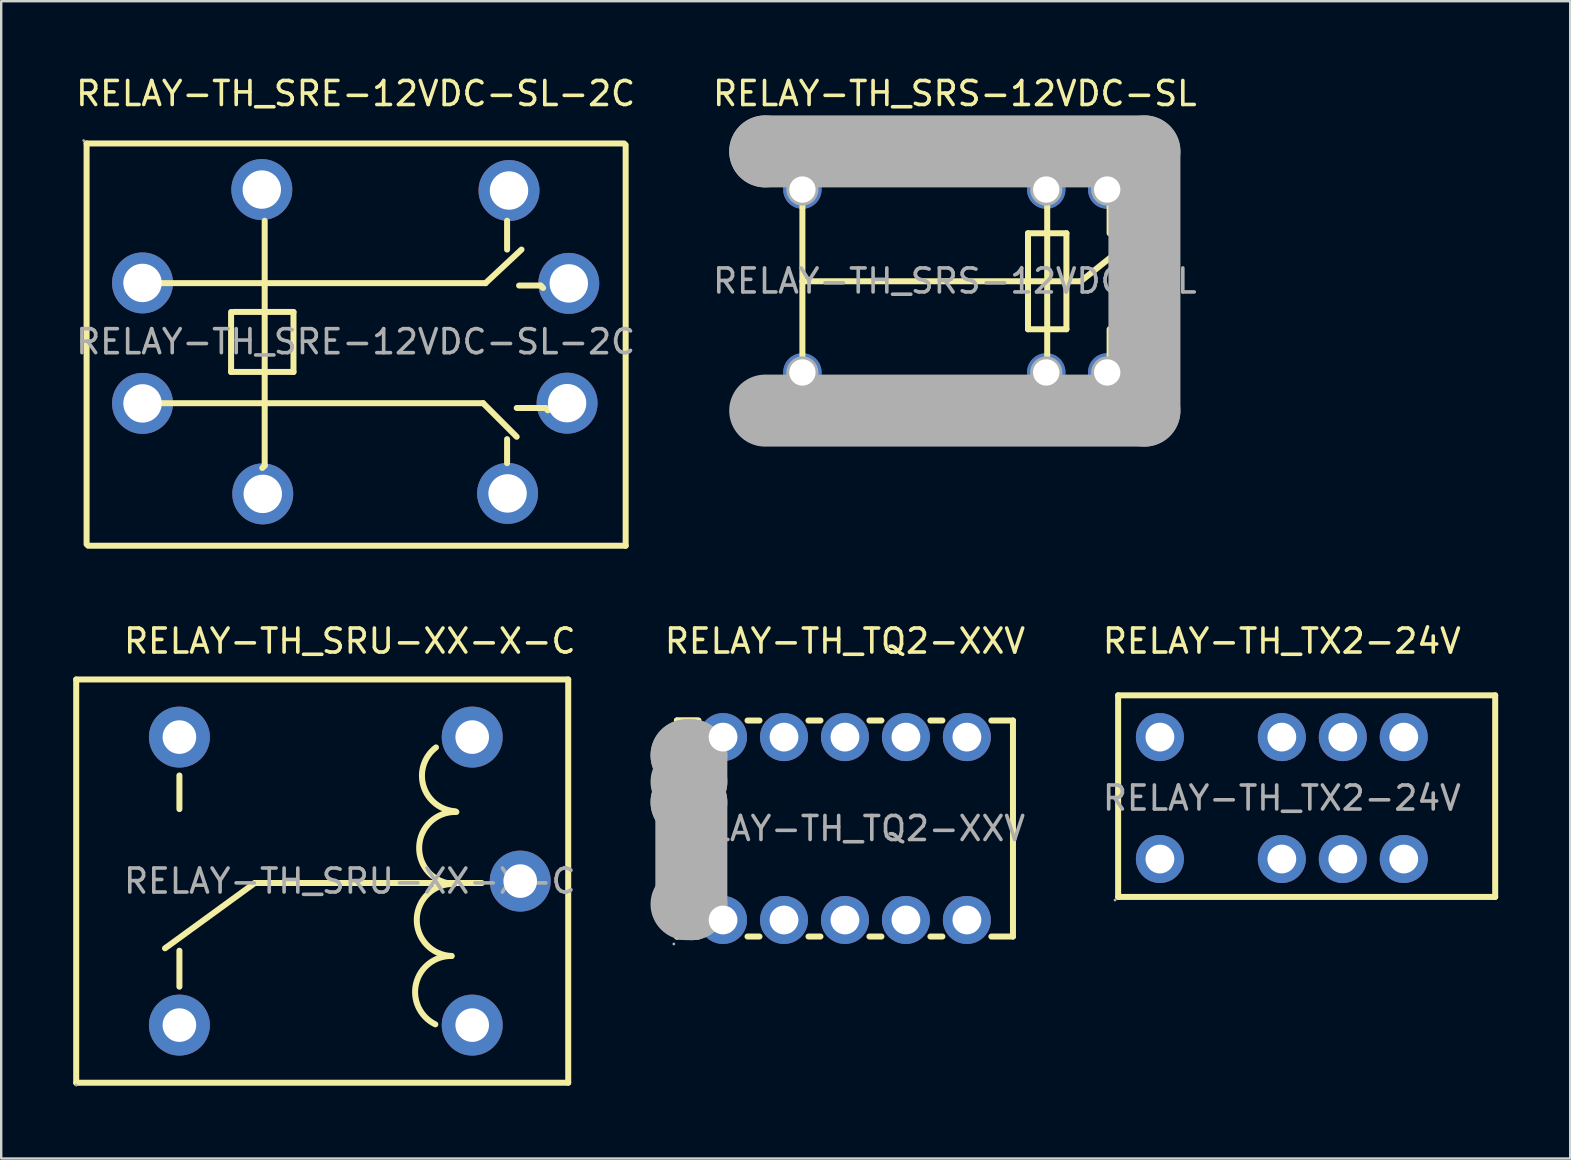
<source format=kicad_pcb>
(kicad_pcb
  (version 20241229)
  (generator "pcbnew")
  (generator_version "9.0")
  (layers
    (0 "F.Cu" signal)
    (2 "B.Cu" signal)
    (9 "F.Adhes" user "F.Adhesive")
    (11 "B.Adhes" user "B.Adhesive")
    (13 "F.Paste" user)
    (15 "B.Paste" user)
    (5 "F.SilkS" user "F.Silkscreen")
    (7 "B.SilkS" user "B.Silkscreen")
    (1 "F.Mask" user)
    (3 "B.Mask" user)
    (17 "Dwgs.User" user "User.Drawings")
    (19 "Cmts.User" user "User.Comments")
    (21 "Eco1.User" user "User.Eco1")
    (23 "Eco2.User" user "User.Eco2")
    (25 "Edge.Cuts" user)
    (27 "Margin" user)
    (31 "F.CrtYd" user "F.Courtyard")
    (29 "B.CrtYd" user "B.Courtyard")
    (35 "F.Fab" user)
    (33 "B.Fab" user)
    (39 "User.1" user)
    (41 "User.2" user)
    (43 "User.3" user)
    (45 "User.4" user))
  (footprint "RELAY-TH_SRE-12VDC-SL-2C"
    (layer "F.Cu")
    (at 11.768 11.188)
    (property "Reference" "RELAY-TH_SRE-12VDC-SL-2C" (at 0 -10.34 0) (layer "F.SilkS") (effects (font (size 1 1) (thickness 0.15))))
    (attr through_hole)
    (fp_line (start -11.21 -8.26) (end -11.21 8.44) (stroke (width 0.25) (type solid)) (layer "F.SilkS"))
    (fp_line (start -11.21 -8.26) (end 11.19 -8.26) (stroke (width 0.25) (type solid)) (layer "F.SilkS"))
    (fp_line (start -8.89 -2.44) (end 5.41 -2.44) (stroke (width 0.25) (type solid)) (layer "F.SilkS"))
    (fp_line (start -8.89 2.56) (end 5.31 2.56) (stroke (width 0.25) (type solid)) (layer "F.SilkS"))
    (fp_line (start -5.19 1.26) (end -5.19 -1.24) (stroke (width 0.25) (type solid)) (layer "F.SilkS"))
    (fp_line (start -5.09 -1.24) (end -2.59 -1.24) (stroke (width 0.25) (type solid)) (layer "F.SilkS"))
    (fp_line (start -3.79 -5.04) (end -3.79 5.16) (stroke (width 0.25) (type solid)) (layer "F.SilkS"))
    (fp_line (start -3.79 5.16) (end -3.89 5.26) (stroke (width 0.25) (type solid)) (layer "F.SilkS"))
    (fp_line (start -2.59 -1.24) (end -2.59 1.26) (stroke (width 0.25) (type solid)) (layer "F.SilkS"))
    (fp_line (start -2.59 1.26) (end -5.19 1.26) (stroke (width 0.25) (type solid)) (layer "F.SilkS"))
    (fp_line (start 5.31 2.56) (end 6.71 3.96) (stroke (width 0.25) (type solid)) (layer "F.SilkS"))
    (fp_line (start 5.41 -2.44) (end 6.91 -3.84) (stroke (width 0.25) (type solid)) (layer "F.SilkS"))
    (fp_line (start 6.31 -5.04) (end 6.31 -3.84) (stroke (width 0.25) (type solid)) (layer "F.SilkS"))
    (fp_line (start 6.31 4.06) (end 6.31 5.06) (stroke (width 0.25) (type solid)) (layer "F.SilkS"))
    (fp_line (start 6.71 2.76) (end 7.91 2.76) (stroke (width 0.25) (type solid)) (layer "F.SilkS"))
    (fp_line (start 6.81 -2.34) (end 7.71 -2.34) (stroke (width 0.25) (type solid)) (layer "F.SilkS"))
    (fp_line (start 7.71 -2.34) (end 7.81 -2.24) (stroke (width 0.25) (type solid)) (layer "F.SilkS"))
    (fp_line (start 7.91 2.76) (end 8.01 2.86) (stroke (width 0.25) (type solid)) (layer "F.SilkS"))
    (fp_line (start 11.25 8.5) (end -11.15 8.5) (stroke (width 0.25) (type solid)) (layer "F.SilkS"))
    (fp_line (start 11.25 8.5) (end 11.25 -8.2) (stroke (width 0.25) (type solid)) (layer "F.SilkS"))
    (fp_circle (center -11.33 -8.38) (end -11.3 -8.38) (stroke (width 0.06) (type solid)) (fill no) (layer "F.Fab"))
    (fp_circle (center -8.88 -2.45) (end -8.53 -2.45) (stroke (width 0.7) (type solid)) (fill no) (layer "F.Fab"))
    (fp_circle (center -8.88 2.57) (end -8.53 2.57) (stroke (width 0.7) (type solid)) (fill no) (layer "F.Fab"))
    (fp_circle (center -3.91 -6.34) (end -3.56 -6.34) (stroke (width 0.7) (type solid)) (fill no) (layer "F.Fab"))
    (fp_circle (center -3.87 6.34) (end -3.52 6.34) (stroke (width 0.7) (type solid)) (fill no) (layer "F.Fab"))
    (fp_circle (center 6.33 6.32) (end 6.68 6.32) (stroke (width 0.7) (type solid)) (fill no) (layer "F.Fab"))
    (fp_circle (center 6.39 -6.3) (end 6.74 -6.3) (stroke (width 0.7) (type solid)) (fill no) (layer "F.Fab"))
    (fp_circle (center 8.81 2.56) (end 9.16 2.56) (stroke (width 0.7) (type solid)) (fill no) (layer "F.Fab"))
    (fp_circle (center 8.88 -2.43) (end 9.23 -2.43) (stroke (width 0.7) (type solid)) (fill no) (layer "F.Fab"))
    (fp_text user "${REFERENCE}" (at 0 0 0) (layer "F.Fab") (effects (font (size 1 1) (thickness 0.15))))
    (pad "1" thru_hole circle (at -3.91 -6.34) (size 2.54 2.54) (drill 1.6) (layers "*.Cu" "*.Paste" "*.Mask"))
    (pad "2" thru_hole circle (at -3.87 6.34) (size 2.54 2.54) (drill 1.6) (layers "*.Cu" "*.Paste" "*.Mask"))
    (pad "3" thru_hole circle (at -8.88 -2.45) (size 2.54 2.54) (drill 1.6) (layers "*.Cu" "*.Paste" "*.Mask"))
    (pad "4" thru_hole circle (at 6.39 -6.3) (size 2.54 2.54) (drill 1.6) (layers "*.Cu" "*.Paste" "*.Mask"))
    (pad "5" thru_hole circle (at 8.88 -2.43) (size 2.54 2.54) (drill 1.6) (layers "*.Cu" "*.Paste" "*.Mask"))
    (pad "6" thru_hole circle (at -8.88 2.57) (size 2.54 2.54) (drill 1.6) (layers "*.Cu" "*.Paste" "*.Mask"))
    (pad "7" thru_hole circle (at 6.33 6.32) (size 2.54 2.54) (drill 1.6) (layers "*.Cu" "*.Paste" "*.Mask"))
    (pad "8" thru_hole circle (at 8.81 2.56) (size 2.54 2.54) (drill 1.6) (layers "*.Cu" "*.Paste" "*.Mask")))
  (footprint "RELAY-TH_SRU-XX-X-C"
    (layer "F.Cu")
    (at 11.525 33.661)
    (property "Reference" "RELAY-TH_SRU-XX-X-C" (at 0 -10 0) (layer "F.SilkS") (effects (font (size 1 1) (thickness 0.15))))
    (attr through_hole)
    (fp_line (start -11.4 -8.4) (end -11.4 8.4) (stroke (width 0.25) (type solid)) (layer "F.SilkS"))
    (fp_line (start -11.4 -8.4) (end 9.1 -8.4) (stroke (width 0.25) (type solid)) (layer "F.SilkS"))
    (fp_line (start -11.4 8.4) (end 9.1 8.4) (stroke (width 0.25) (type solid)) (layer "F.SilkS"))
    (fp_line (start -7.1 -4.4) (end -7.1 -3) (stroke (width 0.25) (type solid)) (layer "F.SilkS"))
    (fp_line (start -7.1 4.4) (end -7.1 2.9) (stroke (width 0.25) (type solid)) (layer "F.SilkS"))
    (fp_line (start -3.96 0.08) (end -7.7 2.8) (stroke (width 0.25) (type solid)) (layer "F.SilkS"))
    (fp_line (start 5.5 0.08) (end -3.96 0.08) (stroke (width 0.25) (type solid)) (layer "F.SilkS"))
    (fp_line (start 9.1 -8.4) (end 9.1 8.4) (stroke (width 0.25) (type solid)) (layer "F.SilkS"))
    (fp_arc (start 3.562999 5.96861) (mid 2.760518 4.273139) (end 4.24 3.12) (stroke (width 0.25) (type solid)) (layer "F.SilkS"))
    (fp_arc (start 4.24 3.12) (mid 2.79 1.57) (end 4.34 0.12) (stroke (width 0.25) (type solid)) (layer "F.SilkS"))
    (fp_arc (start 4.34 0.12) (mid 2.89 -1.43) (end 4.44 -2.88) (stroke (width 0.25) (type solid)) (layer "F.SilkS"))
    (fp_arc (start 4.391987 -2.909192) (mid 3.069091 -3.961728) (end 3.59 -5.57) (stroke (width 0.25) (type solid)) (layer "F.SilkS"))
    (fp_circle (center -11.4 8.5) (end -11.37 8.5) (stroke (width 0.06) (type solid)) (fill no) (layer "F.Fab"))
    (fp_circle (center -7.1 -6) (end -6.85 -6) (stroke (width 0.5) (type solid)) (fill no) (layer "F.Fab"))
    (fp_circle (center -7.1 6) (end -6.85 6) (stroke (width 0.5) (type solid)) (fill no) (layer "F.Fab"))
    (fp_circle (center 5.1 -6) (end 5.25 -6) (stroke (width 0.3) (type solid)) (fill no) (layer "F.Fab"))
    (fp_circle (center 5.1 6) (end 5.25 6) (stroke (width 0.3) (type solid)) (fill no) (layer "F.Fab"))
    (fp_circle (center 7.1 0) (end 7.38 0) (stroke (width 0.55) (type solid)) (fill no) (layer "F.Fab"))
    (fp_text user "${REFERENCE}" (at 0 0 0) (layer "F.Fab") (effects (font (size 1 1) (thickness 0.15))))
    (pad "1" thru_hole circle (at -7.1 6 270) (size 2.54 2.54) (drill 1.4) (layers "*.Cu" "*.Paste" "*.Mask"))
    (pad "2" thru_hole circle (at -7.1 -6 270) (size 2.54 2.54) (drill 1.4) (layers "*.Cu" "*.Paste" "*.Mask"))
    (pad "3" thru_hole circle (at 5.1 6 270) (size 2.54 2.54) (drill 1.4) (layers "*.Cu" "*.Paste" "*.Mask"))
    (pad "4" thru_hole circle (at 5.1 -6 270) (size 2.54 2.54) (drill 1.4) (layers "*.Cu" "*.Paste" "*.Mask"))
    (pad "5" thru_hole circle (at 7.1 0 270) (size 2.54 2.54) (drill 1.4) (layers "*.Cu" "*.Paste" "*.Mask")))
  (footprint "RELAY-TH_TX2-24V"
    (layer "F.Cu")
    (at 50.357 30.201)
    (property "Reference" "RELAY-TH_TX2-24V" (at 0 -6.54 0) (layer "F.SilkS") (effects (font (size 1 1) (thickness 0.15))))
    (attr through_hole)
    (fp_line (start -6.82 -4.28) (end 8.89 -4.28) (stroke (width 0.25) (type solid)) (layer "F.SilkS"))
    (fp_line (start -6.82 4.12) (end -6.82 -4.28) (stroke (width 0.25) (type solid)) (layer "F.SilkS"))
    (fp_line (start 8.89 -4.28) (end 8.89 4.12) (stroke (width 0.25) (type solid)) (layer "F.SilkS"))
    (fp_line (start 8.89 4.12) (end -6.82 4.12) (stroke (width 0.25) (type solid)) (layer "F.SilkS"))
    (fp_circle (center -6.95 4.25) (end -6.92 4.25) (stroke (width 0.06) (type solid)) (fill no) (layer "F.Fab"))
    (fp_circle (center -5.08 -2.54) (end -4.83 -2.54) (stroke (width 0.5) (type solid)) (fill no) (layer "F.Fab"))
    (fp_circle (center -5.08 2.54) (end -4.83 2.54) (stroke (width 0.5) (type solid)) (fill no) (layer "F.Fab"))
    (fp_circle (center 0 -2.54) (end 0.25 -2.54) (stroke (width 0.5) (type solid)) (fill no) (layer "F.Fab"))
    (fp_circle (center 0 2.54) (end 0.25 2.54) (stroke (width 0.5) (type solid)) (fill no) (layer "F.Fab"))
    (fp_circle (center 2.54 -2.54) (end 2.79 -2.54) (stroke (width 0.5) (type solid)) (fill no) (layer "F.Fab"))
    (fp_circle (center 2.54 2.54) (end 2.79 2.54) (stroke (width 0.5) (type solid)) (fill no) (layer "F.Fab"))
    (fp_circle (center 5.08 -2.54) (end 5.33 -2.54) (stroke (width 0.5) (type solid)) (fill no) (layer "F.Fab"))
    (fp_circle (center 5.08 2.54) (end 5.33 2.54) (stroke (width 0.5) (type solid)) (fill no) (layer "F.Fab"))
    (fp_text user "${REFERENCE}" (at 0 0 0) (layer "F.Fab") (effects (font (size 1 1) (thickness 0.15))))
    (pad "1" thru_hole circle (at -5.08 2.54) (size 2 2) (drill 1.2) (layers "*.Cu" "*.Paste" "*.Mask"))
    (pad "3" thru_hole circle (at 0 2.54) (size 2 2) (drill 1.2) (layers "*.Cu" "*.Paste" "*.Mask"))
    (pad "4" thru_hole circle (at 2.54 2.54) (size 2 2) (drill 1.2) (layers "*.Cu" "*.Paste" "*.Mask"))
    (pad "5" thru_hole circle (at 5.08 2.54) (size 2 2) (drill 1.2) (layers "*.Cu" "*.Paste" "*.Mask"))
    (pad "8" thru_hole circle (at 5.08 -2.54) (size 2 2) (drill 1.2) (layers "*.Cu" "*.Paste" "*.Mask"))
    (pad "9" thru_hole circle (at 2.54 -2.54) (size 2 2) (drill 1.2) (layers "*.Cu" "*.Paste" "*.Mask"))
    (pad "10" thru_hole circle (at 0 -2.54) (size 2 2) (drill 1.2) (layers "*.Cu" "*.Paste" "*.Mask"))
    (pad "12" thru_hole circle (at -5.08 -2.54) (size 2 2) (drill 1.2) (layers "*.Cu" "*.Paste" "*.Mask")))
  (footprint "RELAY-TH_SRS-12VDC-SL"
    (layer "F.Cu")
    (at 36.732 8.658)
    (property "Reference" "RELAY-TH_SRS-12VDC-SL" (at 0 -7.81 0) (layer "F.SilkS") (effects (font (size 1 1) (thickness 0.15))))
    (attr through_hole)
    (fp_line (start -6.35 0.01) (end 5.25 0.01) (stroke (width 0.25) (type solid)) (layer "F.SilkS"))
    (fp_line (start -6.35 3.81) (end -6.35 -3.79) (stroke (width 0.25) (type solid)) (layer "F.SilkS"))
    (fp_line (start 3.05 -1.99) (end 3.05 2.01) (stroke (width 0.25) (type solid)) (layer "F.SilkS"))
    (fp_line (start 3.05 2.01) (end 4.65 2.01) (stroke (width 0.25) (type solid)) (layer "F.SilkS"))
    (fp_line (start 3.85 3.81) (end 3.85 -3.99) (stroke (width 0.25) (type solid)) (layer "F.SilkS"))
    (fp_line (start 4.65 -1.99) (end 3.05 -1.99) (stroke (width 0.25) (type solid)) (layer "F.SilkS"))
    (fp_line (start 4.65 2.01) (end 4.65 -1.99) (stroke (width 0.25) (type solid)) (layer "F.SilkS"))
    (fp_line (start 5.25 0.01) (end 7.25 -1.59) (stroke (width 0.25) (type solid)) (layer "F.SilkS"))
    (fp_line (start 6.45 -3.79) (end 6.45 -1.99) (stroke (width 0.25) (type solid)) (layer "F.SilkS"))
    (fp_line (start 6.45 3.81) (end 6.45 2.01) (stroke (width 0.25) (type solid)) (layer "F.SilkS"))
    (fp_line (start -7.9 -5.4) (end -7.9 -5.4) (stroke (width 3) (type solid)) (layer "F.Fab"))
    (fp_line (start -7.9 -5.4) (end 7.9 -5.4) (stroke (width 3) (type solid)) (layer "F.Fab"))
    (fp_line (start 7.9 -5.4) (end 7.9 5.4) (stroke (width 3) (type solid)) (layer "F.Fab"))
    (fp_line (start 7.9 5.4) (end -7.9 5.4) (stroke (width 3) (type solid)) (layer "F.Fab"))
    (fp_circle (center -8.03 5.53) (end -8 5.53) (stroke (width 0.06) (type solid)) (fill no) (layer "F.Fab"))
    (fp_circle (center -6.35 -3.81) (end -6.13 -3.81) (stroke (width 0.45) (type solid)) (fill no) (layer "F.Fab"))
    (fp_circle (center -6.35 3.81) (end -6.13 3.81) (stroke (width 0.45) (type solid)) (fill no) (layer "F.Fab"))
    (fp_circle (center 3.81 -3.81) (end 4.03 -3.81) (stroke (width 0.45) (type solid)) (fill no) (layer "F.Fab"))
    (fp_circle (center 3.81 3.81) (end 4.03 3.81) (stroke (width 0.45) (type solid)) (fill no) (layer "F.Fab"))
    (fp_circle (center 6.35 -3.81) (end 6.57 -3.81) (stroke (width 0.45) (type solid)) (fill no) (layer "F.Fab"))
    (fp_circle (center 6.35 3.81) (end 6.57 3.81) (stroke (width 0.45) (type solid)) (fill no) (layer "F.Fab"))
    (fp_text user "${REFERENCE}" (at 0 0 0) (layer "F.Fab") (effects (font (size 1 1) (thickness 0.15))))
    (pad "1" thru_hole circle (at -6.35 3.81 180) (size 1.6 1.6) (drill 1.1) (layers "*.Cu" "*.Paste" "*.Mask"))
    (pad "2" thru_hole circle (at -6.35 -3.81 180) (size 1.6 1.6) (drill 1.1) (layers "*.Cu" "*.Paste" "*.Mask"))
    (pad "3" thru_hole circle (at 3.81 -3.81 180) (size 1.6 1.6) (drill 1.1) (layers "*.Cu" "*.Paste" "*.Mask"))
    (pad "4" thru_hole circle (at 3.81 3.81 180) (size 1.6 1.6) (drill 1.1) (layers "*.Cu" "*.Paste" "*.Mask"))
    (pad "5" thru_hole circle (at 6.35 -3.81 180) (size 1.6 1.6) (drill 1.1) (layers "*.Cu" "*.Paste" "*.Mask"))
    (pad "6" thru_hole circle (at 6.35 3.81 180) (size 1.6 1.6) (drill 1.1) (layers "*.Cu" "*.Paste" "*.Mask")))
  (footprint "RELAY-TH_TQ2-XXV"
    (layer "F.Cu")
    (at 32.155 31.471)
    (property "Reference" "RELAY-TH_TQ2-XXV" (at 0 -7.81 0) (layer "F.SilkS") (effects (font (size 1 1) (thickness 0.15))))
    (attr through_hole)
    (fp_line (start -7 -4.5) (end -7 4.5) (stroke (width 0.25) (type solid)) (layer "F.SilkS"))
    (fp_line (start -7 -4.5) (end -6.12 -4.5) (stroke (width 0.25) (type solid)) (layer "F.SilkS"))
    (fp_line (start -7 4.5) (end -6.1 4.5) (stroke (width 0.25) (type solid)) (layer "F.SilkS"))
    (fp_line (start -6.1 -4.5) (end -7 -4.5) (stroke (width 0.25) (type solid)) (layer "F.SilkS"))
    (fp_line (start -4.06 4.5) (end -3.56 4.5) (stroke (width 0.25) (type solid)) (layer "F.SilkS"))
    (fp_line (start -3.56 -4.5) (end -4.06 -4.5) (stroke (width 0.25) (type solid)) (layer "F.SilkS"))
    (fp_line (start -1.52 4.5) (end -1.02 4.5) (stroke (width 0.25) (type solid)) (layer "F.SilkS"))
    (fp_line (start -1.02 -4.5) (end -1.52 -4.5) (stroke (width 0.25) (type solid)) (layer "F.SilkS"))
    (fp_line (start 1.02 4.5) (end 1.52 4.5) (stroke (width 0.25) (type solid)) (layer "F.SilkS"))
    (fp_line (start 1.52 -4.5) (end 1.02 -4.5) (stroke (width 0.25) (type solid)) (layer "F.SilkS"))
    (fp_line (start 3.56 4.5) (end 4.06 4.5) (stroke (width 0.25) (type solid)) (layer "F.SilkS"))
    (fp_line (start 4.06 -4.5) (end 3.56 -4.5) (stroke (width 0.25) (type solid)) (layer "F.SilkS"))
    (fp_line (start 6.1 4.5) (end 7 4.5) (stroke (width 0.25) (type solid)) (layer "F.SilkS"))
    (fp_line (start 7 -4.5) (end 6.1 -4.5) (stroke (width 0.25) (type solid)) (layer "F.SilkS"))
    (fp_line (start 7 -4.5) (end 7 4.5) (stroke (width 0.25) (type solid)) (layer "F.SilkS"))
    (fp_line (start -6.6 -3.05) (end -6.6 -3.05) (stroke (width 3) (type solid)) (layer "F.Fab"))
    (fp_line (start -6.6 -3.05) (end -6.4 -3.05) (stroke (width 3) (type solid)) (layer "F.Fab"))
    (fp_line (start -6.6 -1.1) (end -6.6 -1.1) (stroke (width 3) (type solid)) (layer "F.Fab"))
    (fp_line (start -6.6 -1.1) (end -6.4 -1.1) (stroke (width 3) (type solid)) (layer "F.Fab"))
    (fp_line (start -6.4 -3.05) (end -6.4 -1.95) (stroke (width 3) (type solid)) (layer "F.Fab"))
    (fp_line (start -6.4 -1.95) (end -6.6 -1.95) (stroke (width 3) (type solid)) (layer "F.Fab"))
    (fp_line (start -6.4 -1.1) (end -6.4 3.15) (stroke (width 3) (type solid)) (layer "F.Fab"))
    (fp_line (start -6.4 3.15) (end -6.6 3.15) (stroke (width 3) (type solid)) (layer "F.Fab"))
    (fp_circle (center -7.13 4.81) (end -7.1 4.81) (stroke (width 0.06) (type solid)) (fill no) (layer "F.Fab"))
    (fp_circle (center -5.08 -3.81) (end -4.83 -3.81) (stroke (width 0.5) (type solid)) (fill no) (layer "F.Fab"))
    (fp_circle (center -5.08 3.81) (end -4.83 3.81) (stroke (width 0.5) (type solid)) (fill no) (layer "F.Fab"))
    (fp_circle (center -2.54 -3.81) (end -2.29 -3.81) (stroke (width 0.5) (type solid)) (fill no) (layer "F.Fab"))
    (fp_circle (center -2.54 3.81) (end -2.29 3.81) (stroke (width 0.5) (type solid)) (fill no) (layer "F.Fab"))
    (fp_circle (center 0 -3.81) (end 0.25 -3.81) (stroke (width 0.5) (type solid)) (fill no) (layer "F.Fab"))
    (fp_circle (center 0 3.81) (end 0.25 3.81) (stroke (width 0.5) (type solid)) (fill no) (layer "F.Fab"))
    (fp_circle (center 2.54 -3.81) (end 2.79 -3.81) (stroke (width 0.5) (type solid)) (fill no) (layer "F.Fab"))
    (fp_circle (center 2.54 3.81) (end 2.79 3.81) (stroke (width 0.5) (type solid)) (fill no) (layer "F.Fab"))
    (fp_circle (center 5.08 -3.81) (end 5.33 -3.81) (stroke (width 0.5) (type solid)) (fill no) (layer "F.Fab"))
    (fp_circle (center 5.08 3.81) (end 5.33 3.81) (stroke (width 0.5) (type solid)) (fill no) (layer "F.Fab"))
    (fp_text user "${REFERENCE}" (at 0 0 0) (layer "F.Fab") (effects (font (size 1 1) (thickness 0.15))))
    (pad "1" thru_hole circle (at -5.08 3.81) (size 2 2) (drill 1.2) (layers "*.Cu" "*.Paste" "*.Mask"))
    (pad "2" thru_hole circle (at -2.54 3.81) (size 2 2) (drill 1.2) (layers "*.Cu" "*.Paste" "*.Mask"))
    (pad "3" thru_hole circle (at 0 3.81) (size 2 2) (drill 1.2) (layers "*.Cu" "*.Paste" "*.Mask"))
    (pad "4" thru_hole circle (at 2.54 3.81) (size 2 2) (drill 1.2) (layers "*.Cu" "*.Paste" "*.Mask"))
    (pad "5" thru_hole circle (at 5.08 3.81) (size 2 2) (drill 1.2) (layers "*.Cu" "*.Paste" "*.Mask"))
    (pad "6" thru_hole circle (at 5.08 -3.81) (size 2 2) (drill 1.2) (layers "*.Cu" "*.Paste" "*.Mask"))
    (pad "7" thru_hole circle (at 2.54 -3.81) (size 2 2) (drill 1.2) (layers "*.Cu" "*.Paste" "*.Mask"))
    (pad "8" thru_hole circle (at 0 -3.81) (size 2 2) (drill 1.2) (layers "*.Cu" "*.Paste" "*.Mask"))
    (pad "9" thru_hole circle (at -2.54 -3.81) (size 2 2) (drill 1.2) (layers "*.Cu" "*.Paste" "*.Mask"))
    (pad "10" thru_hole circle (at -5.08 -3.81) (size 2 2) (drill 1.2) (layers "*.Cu" "*.Paste" "*.Mask")))
  (gr_rect
    (start -3 -3)
    (end 62.372 45.221)
    (stroke (width 0.1) (type default))
    (fill no)
    (layer "Edge.Cuts")))
</source>
